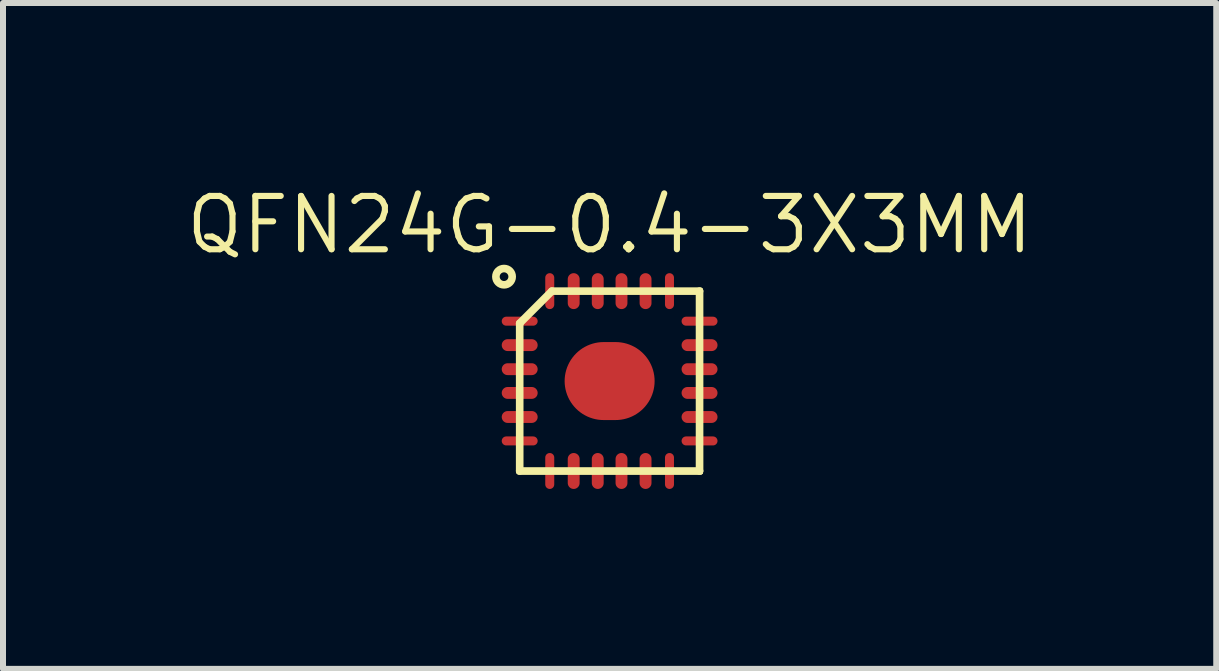
<source format=kicad_pcb>
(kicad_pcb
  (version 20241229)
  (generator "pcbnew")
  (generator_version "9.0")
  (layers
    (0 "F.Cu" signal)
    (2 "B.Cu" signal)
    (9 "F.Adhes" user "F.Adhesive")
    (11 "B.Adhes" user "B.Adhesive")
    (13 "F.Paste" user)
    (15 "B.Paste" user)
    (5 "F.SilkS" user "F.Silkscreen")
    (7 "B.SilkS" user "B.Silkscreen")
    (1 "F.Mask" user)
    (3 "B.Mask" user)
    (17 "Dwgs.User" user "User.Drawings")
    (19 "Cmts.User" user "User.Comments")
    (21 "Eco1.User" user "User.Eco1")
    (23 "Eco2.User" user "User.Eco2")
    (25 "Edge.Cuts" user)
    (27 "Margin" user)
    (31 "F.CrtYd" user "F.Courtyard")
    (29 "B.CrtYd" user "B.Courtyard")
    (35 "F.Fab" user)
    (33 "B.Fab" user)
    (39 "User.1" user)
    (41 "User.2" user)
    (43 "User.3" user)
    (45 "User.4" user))
  (footprint "QFN24G-0.4-3X3MM"
    (layer "F.Cu")
    (at 7.112 3.302)
    (property "Reference" "QFN24G-0.4-3X3MM" (at 0 -2.603 0) (layer "F.SilkS") (effects (font (size 0.889 0.889) (thickness 0.102))))
    (attr smd)
    (fp_line (start -1.524 1.524) (end 1.524 1.524) (stroke (width 0.066) (type solid)) (layer "F.SilkS"))
    (fp_line (start -1.499 -0.963) (end -0.963 -1.499) (stroke (width 0.127) (type solid)) (layer "F.SilkS"))
    (fp_line (start -1.499 1.499) (end -1.499 -0.963) (stroke (width 0.127) (type solid)) (layer "F.SilkS"))
    (fp_line (start -0.963 -1.499) (end 1.499 -1.499) (stroke (width 0.127) (type solid)) (layer "F.SilkS"))
    (fp_line (start 1.499 -1.499) (end 1.499 1.499) (stroke (width 0.127) (type solid)) (layer "F.SilkS"))
    (fp_line (start 1.499 1.499) (end -1.499 1.499) (stroke (width 0.127) (type solid)) (layer "F.SilkS"))
    (fp_line (start 1.524 1.524) (end 1.524 -1.524) (stroke (width 0.066) (type solid)) (layer "F.SilkS"))
    (fp_circle (center -1.76 -1.74) (end -1.63 -1.7) (stroke (width 0.127) (type solid)) (fill no) (layer "F.SilkS"))
    (pad "1" smd oval (at -1.499 -0.998) (size 0.599 0.15) (layers "F.Cu" "F.Mask" "F.Paste"))
    (pad "2" smd oval (at -1.499 -0.599) (size 0.599 0.198) (layers "F.Cu" "F.Mask" "F.Paste"))
    (pad "3" smd oval (at -1.499 -0.198) (size 0.599 0.198) (layers "F.Cu" "F.Mask" "F.Paste"))
    (pad "4" smd oval (at -1.499 0.198) (size 0.599 0.198) (layers "F.Cu" "F.Mask" "F.Paste"))
    (pad "5" smd oval (at -1.499 0.599) (size 0.599 0.198) (layers "F.Cu" "F.Mask" "F.Paste"))
    (pad "6" smd oval (at -1.499 0.998) (size 0.599 0.15) (layers "F.Cu" "F.Mask" "F.Paste"))
    (pad "7" smd oval (at -0.998 1.499 90) (size 0.599 0.15) (layers "F.Cu" "F.Mask" "F.Paste"))
    (pad "8" smd oval (at -0.599 1.499 90) (size 0.599 0.198) (layers "F.Cu" "F.Mask" "F.Paste"))
    (pad "9" smd oval (at -0.198 1.499 90) (size 0.599 0.198) (layers "F.Cu" "F.Mask" "F.Paste"))
    (pad "10" smd oval (at 0.198 1.499 90) (size 0.599 0.198) (layers "F.Cu" "F.Mask" "F.Paste"))
    (pad "11" smd oval (at 0.599 1.499 90) (size 0.599 0.198) (layers "F.Cu" "F.Mask" "F.Paste"))
    (pad "12" smd oval (at 0.998 1.499 90) (size 0.599 0.15) (layers "F.Cu" "F.Mask" "F.Paste"))
    (pad "13" smd oval (at 1.499 0.998 180) (size 0.599 0.15) (layers "F.Cu" "F.Mask" "F.Paste"))
    (pad "14" smd oval (at 1.499 0.599 180) (size 0.599 0.198) (layers "F.Cu" "F.Mask" "F.Paste"))
    (pad "15" smd oval (at 1.499 0.198 180) (size 0.599 0.198) (layers "F.Cu" "F.Mask" "F.Paste"))
    (pad "16" smd oval (at 1.499 -0.198 180) (size 0.599 0.198) (layers "F.Cu" "F.Mask" "F.Paste"))
    (pad "17" smd oval (at 1.499 -0.599 180) (size 0.599 0.198) (layers "F.Cu" "F.Mask" "F.Paste"))
    (pad "18" smd oval (at 1.499 -0.998 180) (size 0.599 0.15) (layers "F.Cu" "F.Mask" "F.Paste"))
    (pad "19" smd oval (at 0.998 -1.499 270) (size 0.599 0.15) (layers "F.Cu" "F.Mask" "F.Paste"))
    (pad "20" smd oval (at 0.599 -1.499 270) (size 0.599 0.198) (layers "F.Cu" "F.Mask" "F.Paste"))
    (pad "21" smd oval (at 0.198 -1.499 270) (size 0.599 0.198) (layers "F.Cu" "F.Mask" "F.Paste"))
    (pad "22" smd oval (at -0.198 -1.499 270) (size 0.599 0.198) (layers "F.Cu" "F.Mask" "F.Paste"))
    (pad "23" smd oval (at -0.599 -1.499 270) (size 0.599 0.198) (layers "F.Cu" "F.Mask" "F.Paste"))
    (pad "24" smd oval (at -0.998 -1.499 270) (size 0.599 0.15) (layers "F.Cu" "F.Mask" "F.Paste"))
    (pad "25" smd oval (at 0 0) (size 1.5 1.3) (layers "F.Cu" "F.Mask" "F.Paste")))
  (gr_rect
    (start -3 -3)
    (end 17.224 8.1)
    (stroke (width 0.1) (type default))
    (fill no)
    (layer "Edge.Cuts")))
</source>
